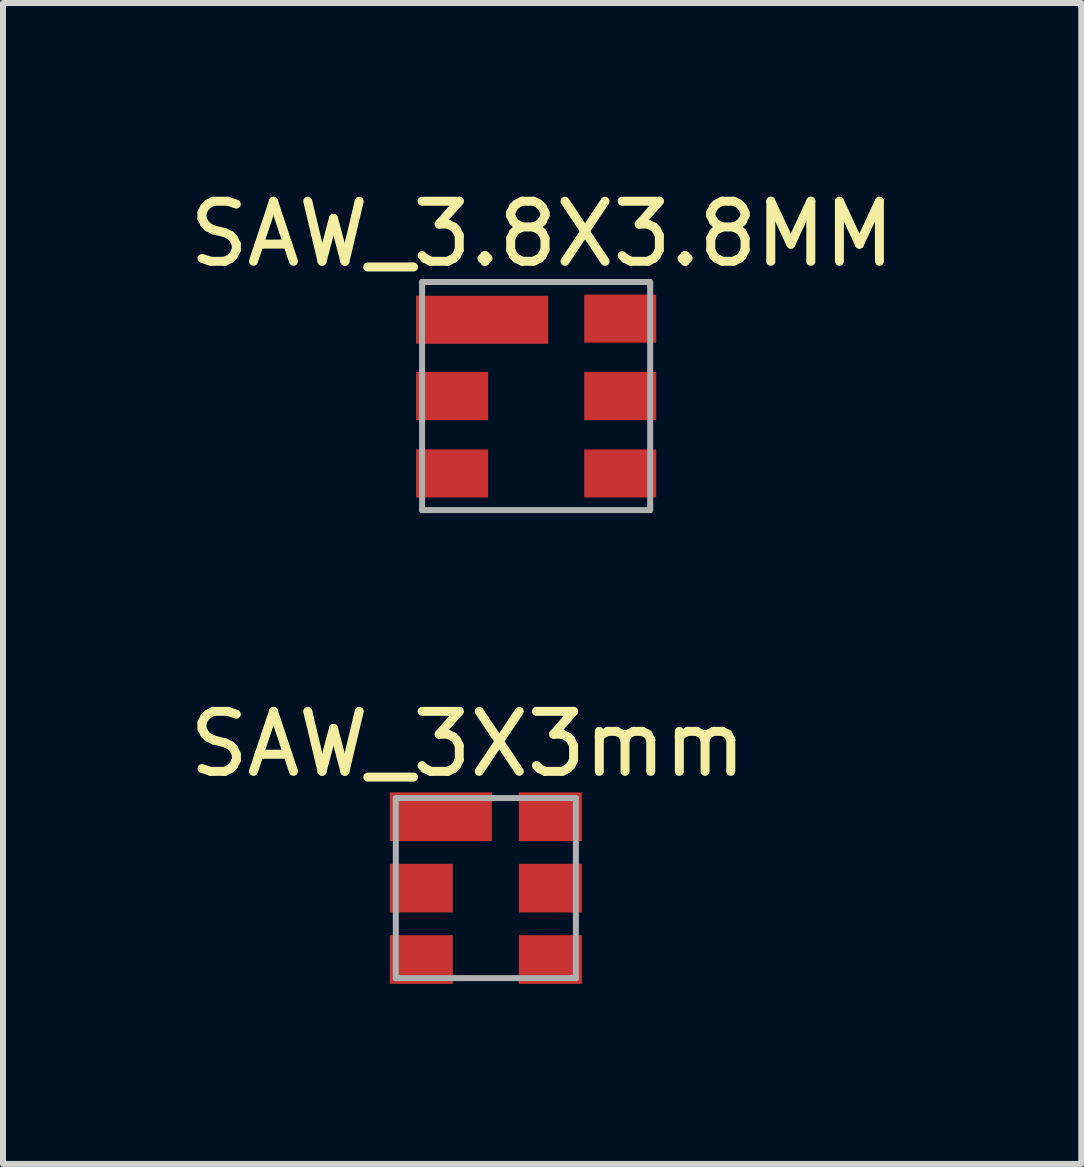
<source format=kicad_pcb>
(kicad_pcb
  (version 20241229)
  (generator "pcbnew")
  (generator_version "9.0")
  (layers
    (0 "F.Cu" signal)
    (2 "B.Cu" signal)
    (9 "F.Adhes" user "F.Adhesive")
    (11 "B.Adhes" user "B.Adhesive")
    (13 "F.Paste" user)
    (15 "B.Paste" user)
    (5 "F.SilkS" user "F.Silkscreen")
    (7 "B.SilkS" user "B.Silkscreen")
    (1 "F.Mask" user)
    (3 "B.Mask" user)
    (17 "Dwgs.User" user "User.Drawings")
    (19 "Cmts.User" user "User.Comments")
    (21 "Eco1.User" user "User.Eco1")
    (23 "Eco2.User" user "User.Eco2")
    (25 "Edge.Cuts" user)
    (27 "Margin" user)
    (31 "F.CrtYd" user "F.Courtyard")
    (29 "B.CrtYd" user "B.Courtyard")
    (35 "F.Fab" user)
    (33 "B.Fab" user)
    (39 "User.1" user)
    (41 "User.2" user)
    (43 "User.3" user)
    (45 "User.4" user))
  (footprint "SAW_3.8X3.8MM"
    (layer "F.Cu")
    (at 5.882 3.548)
    (property "Reference" "SAW_3.8X3.8MM" (at 0.1 -2.7 0) (layer "F.SilkS") (effects (font (size 1 1) (thickness 0.15))))
    (attr through_hole)
    (fp_line (start -1.9 -1.9) (end -1.9 1.9) (stroke (width 0.1) (type solid)) (layer "F.Fab"))
    (fp_line (start -1.9 1.9) (end 1.9 1.9) (stroke (width 0.1) (type solid)) (layer "F.Fab"))
    (fp_line (start 1.9 -1.9) (end -1.9 -1.9) (stroke (width 0.1) (type solid)) (layer "F.Fab"))
    (fp_line (start 1.9 1.9) (end 1.9 -1.9) (stroke (width 0.1) (type solid)) (layer "F.Fab"))
    (pad "1" smd rect (at -0.9 -1.27) (size 2.2 0.8) (layers "F.Cu" "F.Mask" "F.Paste"))
    (pad "2" smd rect (at -1.4 0) (size 1.2 0.8) (layers "F.Cu" "F.Mask" "F.Paste"))
    (pad "3" smd rect (at -1.4 1.29) (size 1.2 0.8) (layers "F.Cu" "F.Mask" "F.Paste"))
    (pad "4" smd rect (at 1.4 1.29) (size 1.2 0.8) (layers "F.Cu" "F.Mask" "F.Paste"))
    (pad "5" smd rect (at 1.4 0) (size 1.2 0.8) (layers "F.Cu" "F.Mask" "F.Paste"))
    (pad "6" smd rect (at 1.4 -1.29) (size 1.2 0.8) (layers "F.Cu" "F.Mask" "F.Paste")))
  (footprint "SAW_3X3mm"
    (layer "F.Cu")
    (at 5.044 11.746)
    (property "Reference" "SAW_3X3mm" (at -0.3 -2.4 0) (layer "F.SilkS") (effects (font (size 1 1) (thickness 0.15))))
    (attr through_hole)
    (fp_line (start -1.5 -1.5) (end -1.5 1.5) (stroke (width 0.1) (type solid)) (layer "F.Fab"))
    (fp_line (start -1.5 1.5) (end 1.5 1.5) (stroke (width 0.1) (type solid)) (layer "F.Fab"))
    (fp_line (start 1.5 -1.5) (end -1.5 -1.5) (stroke (width 0.1) (type solid)) (layer "F.Fab"))
    (fp_line (start 1.5 1.5) (end 1.5 -1.5) (stroke (width 0.1) (type solid)) (layer "F.Fab"))
    (pad "1" smd rect (at -0.75 -1.19) (size 1.7 0.81) (layers "F.Cu" "F.Mask" "F.Paste"))
    (pad "2" smd rect (at -1.075 0) (size 1.05 0.81) (layers "F.Cu" "F.Mask" "F.Paste"))
    (pad "3" smd rect (at -1.075 1.19) (size 1.05 0.81) (layers "F.Cu" "F.Mask" "F.Paste"))
    (pad "3" smd rect (at 1.075 -1.19) (size 1.05 0.81) (layers "F.Cu" "F.Mask" "F.Paste"))
    (pad "4" smd rect (at 1.075 1.19) (size 1.05 0.81) (layers "F.Cu" "F.Mask" "F.Paste"))
    (pad "5" smd rect (at 1.075 0) (size 1.05 0.81) (layers "F.Cu" "F.Mask" "F.Paste")))
  (gr_rect
    (start -3 -3)
    (end 14.964 16.341)
    (stroke (width 0.1) (type default))
    (fill no)
    (layer "Edge.Cuts")))
</source>
